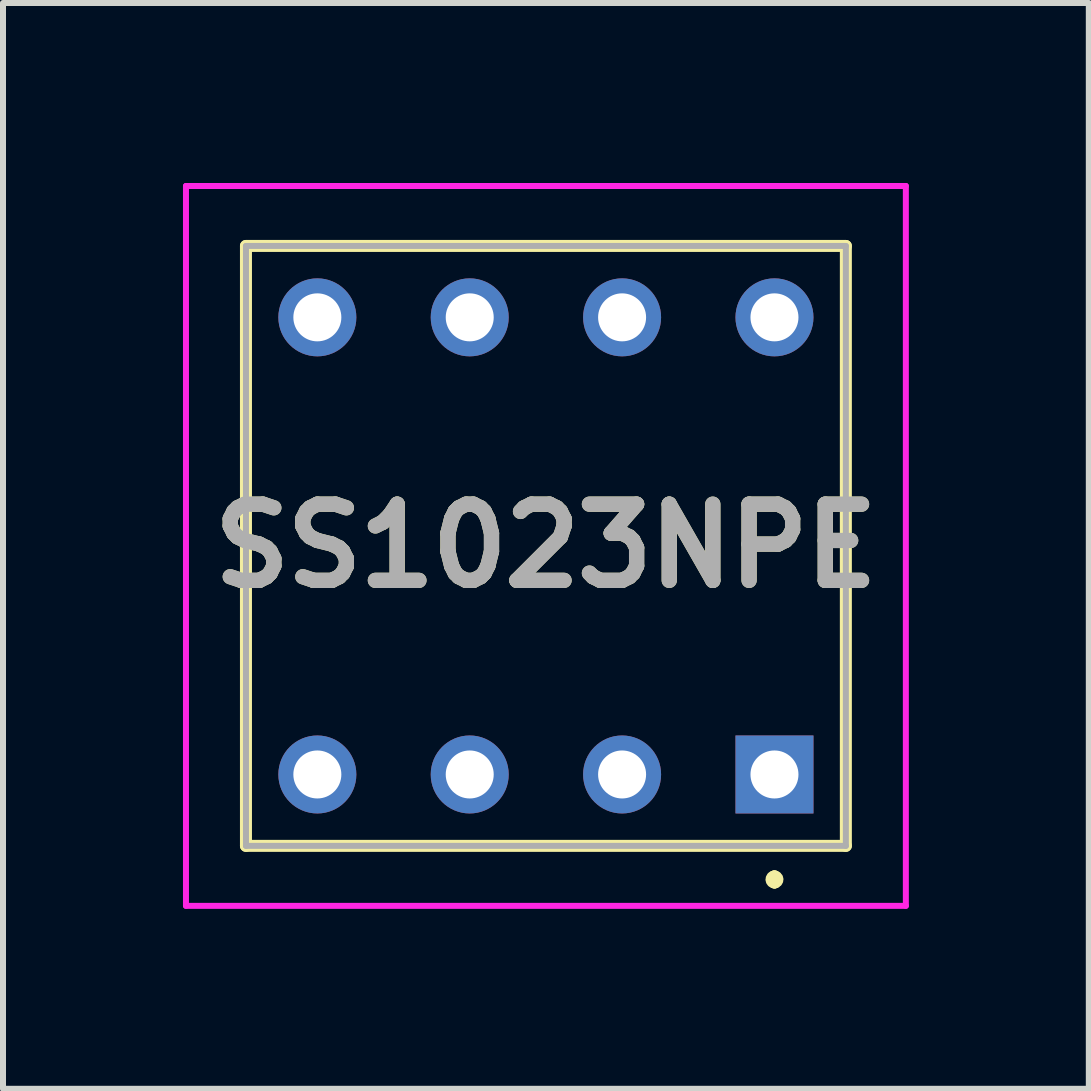
<source format=kicad_pcb>
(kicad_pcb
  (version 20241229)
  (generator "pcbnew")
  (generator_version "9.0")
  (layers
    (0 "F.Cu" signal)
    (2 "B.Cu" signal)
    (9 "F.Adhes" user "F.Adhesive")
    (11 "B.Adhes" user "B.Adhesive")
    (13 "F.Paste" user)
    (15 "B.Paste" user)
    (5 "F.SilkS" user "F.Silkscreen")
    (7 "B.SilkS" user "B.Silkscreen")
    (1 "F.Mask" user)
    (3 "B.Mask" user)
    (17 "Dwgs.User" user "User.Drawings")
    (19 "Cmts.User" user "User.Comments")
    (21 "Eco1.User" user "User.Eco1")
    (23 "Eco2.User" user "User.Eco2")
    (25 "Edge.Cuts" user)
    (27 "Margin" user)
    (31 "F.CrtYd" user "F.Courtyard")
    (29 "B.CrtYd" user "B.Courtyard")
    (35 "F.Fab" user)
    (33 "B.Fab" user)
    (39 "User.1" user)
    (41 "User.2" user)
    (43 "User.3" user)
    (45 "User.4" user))
  (footprint "SS1023NPE"
    (layer "F.Cu")
    (at 9.86 9.86)
    (property "Reference" "SS1023NPE" (at -3.81 -3.81 0) (layer "F.SilkS") (effects (font (size 1.27 1.27) (thickness 0.254))))
    (attr through_hole)
    (fp_line (start -8.81 -8.81) (end -8.81 1.19) (stroke (width 0.2) (type solid)) (layer "F.SilkS"))
    (fp_line (start -8.81 1.19) (end 1.19 1.19) (stroke (width 0.2) (type solid)) (layer "F.SilkS"))
    (fp_line (start 0 1.7) (end 0 1.7) (stroke (width 0.2) (type solid)) (layer "F.SilkS"))
    (fp_line (start 0 1.8) (end 0 1.7) (stroke (width 0.2) (type solid)) (layer "F.SilkS"))
    (fp_line (start 0 1.8) (end 0 1.8) (stroke (width 0.2) (type solid)) (layer "F.SilkS"))
    (fp_line (start 1.19 -8.81) (end -8.81 -8.81) (stroke (width 0.2) (type solid)) (layer "F.SilkS"))
    (fp_line (start 1.19 1.19) (end 1.19 -8.81) (stroke (width 0.2) (type solid)) (layer "F.SilkS"))
    (fp_arc (start 0 1.7) (mid 0.05 1.75) (end 0 1.8) (stroke (width 0.2) (type solid)) (layer "F.SilkS"))
    (fp_arc (start 0 1.8) (mid -0.05 1.75) (end 0 1.7) (stroke (width 0.2) (type solid)) (layer "F.SilkS"))
    (fp_line (start -9.81 -9.81) (end -9.81 2.19) (stroke (width 0.1) (type solid)) (layer "F.CrtYd"))
    (fp_line (start -9.81 2.19) (end 2.19 2.19) (stroke (width 0.1) (type solid)) (layer "F.CrtYd"))
    (fp_line (start 2.19 -9.81) (end -9.81 -9.81) (stroke (width 0.1) (type solid)) (layer "F.CrtYd"))
    (fp_line (start 2.19 2.19) (end 2.19 -9.81) (stroke (width 0.1) (type solid)) (layer "F.CrtYd"))
    (fp_line (start -8.81 -8.81) (end -8.81 1.19) (stroke (width 0.1) (type solid)) (layer "F.Fab"))
    (fp_line (start -8.81 1.19) (end 1.19 1.19) (stroke (width 0.1) (type solid)) (layer "F.Fab"))
    (fp_line (start 1.19 -8.81) (end -8.81 -8.81) (stroke (width 0.1) (type solid)) (layer "F.Fab"))
    (fp_line (start 1.19 1.19) (end 1.19 -8.81) (stroke (width 0.1) (type solid)) (layer "F.Fab"))
    (fp_text user "${REFERENCE}" (at -3.81 -3.81 0) (layer "F.Fab") (effects (font (size 1.27 1.27) (thickness 0.254))))
    (pad "A1" thru_hole rect (at 0 0) (size 1.3 1.3) (drill 0.8) (layers "*.Cu" "*.Mask"))
    (pad "A2" thru_hole circle (at -5.08 0) (size 1.3 1.3) (drill 0.8) (layers "*.Cu" "*.Mask"))
    (pad "A3" thru_hole circle (at -7.62 0) (size 1.3 1.3) (drill 0.8) (layers "*.Cu" "*.Mask"))
    (pad "AC" thru_hole circle (at -2.54 0) (size 1.3 1.3) (drill 0.8) (layers "*.Cu" "*.Mask"))
    (pad "B1" thru_hole circle (at -7.62 -7.62) (size 1.3 1.3) (drill 0.8) (layers "*.Cu" "*.Mask"))
    (pad "B2" thru_hole circle (at -2.54 -7.62) (size 1.3 1.3) (drill 0.8) (layers "*.Cu" "*.Mask"))
    (pad "B3" thru_hole circle (at 0 -7.62) (size 1.3 1.3) (drill 0.8) (layers "*.Cu" "*.Mask"))
    (pad "BC" thru_hole circle (at -5.08 -7.62) (size 1.3 1.3) (drill 0.8) (layers "*.Cu" "*.Mask")))
  (gr_rect
    (start -3 -3)
    (end 15.1 15.1)
    (stroke (width 0.1) (type default))
    (fill no)
    (layer "Edge.Cuts")))
</source>
